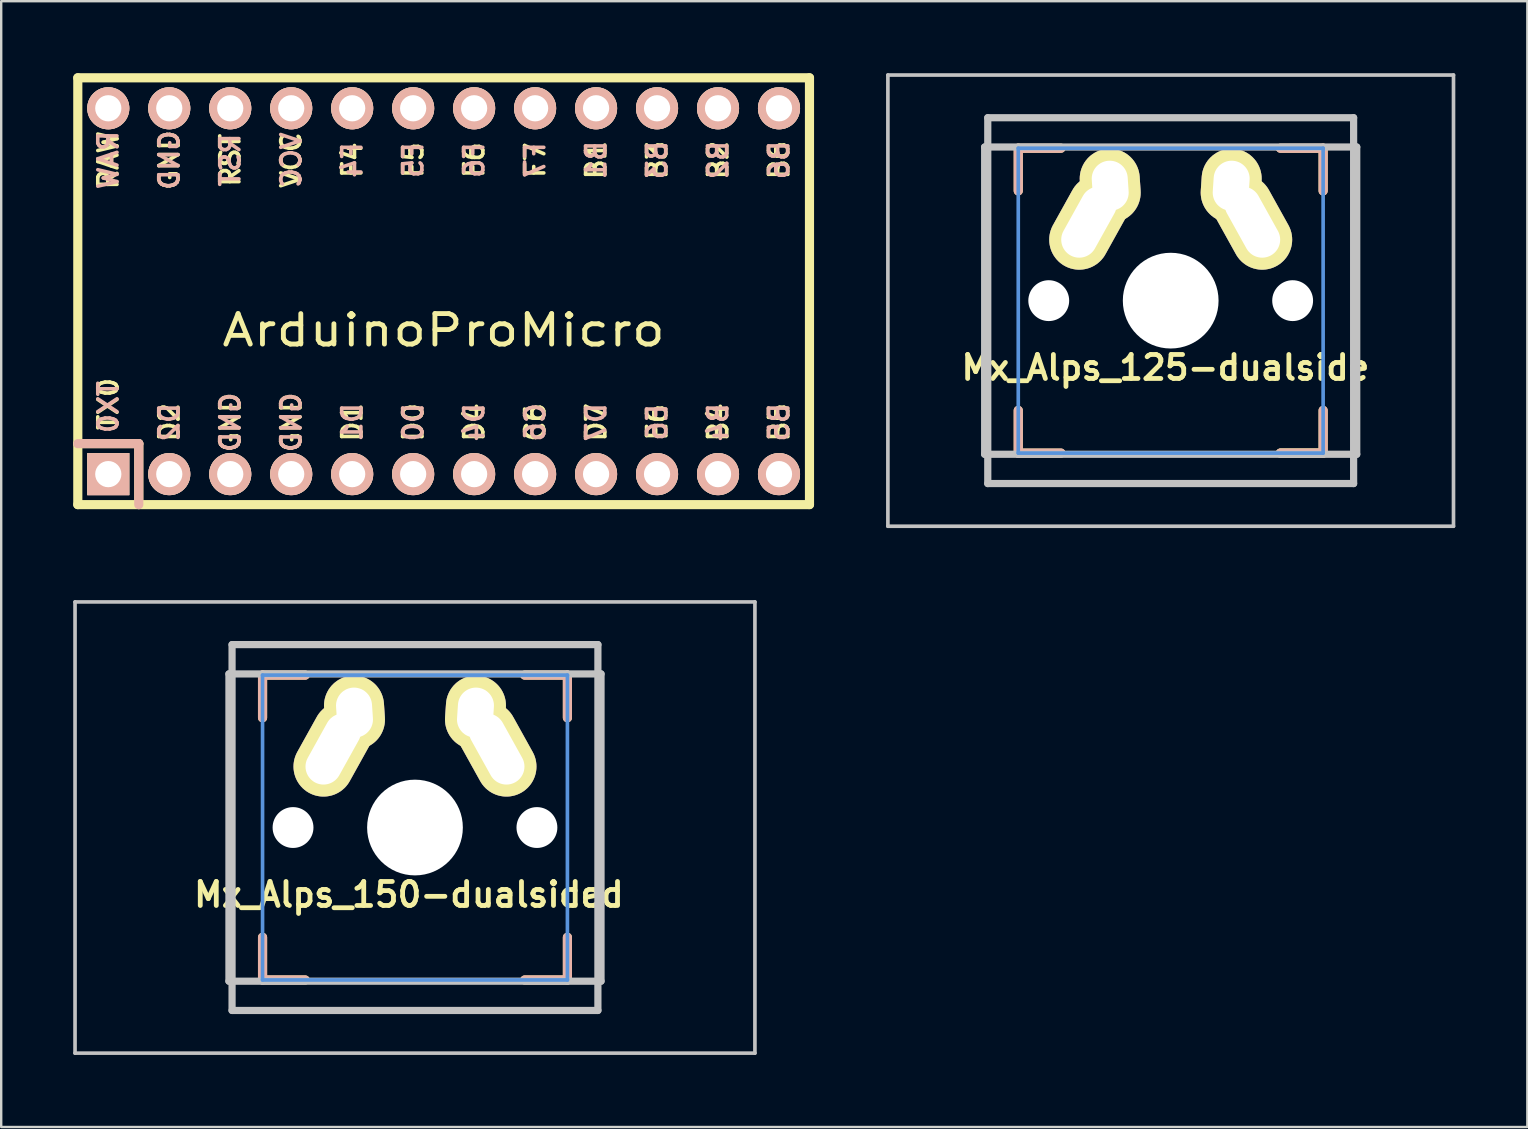
<source format=kicad_pcb>
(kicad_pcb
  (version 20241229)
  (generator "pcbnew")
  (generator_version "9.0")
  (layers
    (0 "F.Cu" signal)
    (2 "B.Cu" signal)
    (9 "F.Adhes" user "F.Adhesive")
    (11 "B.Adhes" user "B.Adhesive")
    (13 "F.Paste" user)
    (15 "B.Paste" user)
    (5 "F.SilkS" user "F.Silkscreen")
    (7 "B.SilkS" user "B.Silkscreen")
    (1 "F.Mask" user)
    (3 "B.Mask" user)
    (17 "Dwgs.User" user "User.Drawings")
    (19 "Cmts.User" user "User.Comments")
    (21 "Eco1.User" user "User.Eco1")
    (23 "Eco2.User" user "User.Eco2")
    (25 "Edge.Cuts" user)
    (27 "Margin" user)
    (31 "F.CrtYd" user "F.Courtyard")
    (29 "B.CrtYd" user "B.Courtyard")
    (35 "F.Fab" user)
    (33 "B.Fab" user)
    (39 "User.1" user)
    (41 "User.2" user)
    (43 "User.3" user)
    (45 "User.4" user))
  (footprint "Mx_Alps_125-dualside"
    (layer "F.Cu")
    (at 45.718 9.474)
    (property "Reference" "Mx_Alps_125-dualside" (at -0.22 2.79 0) (layer "F.SilkS") (effects (font (size 1 1) (thickness 0.2))))
    (attr through_hole)
    (fp_line (start -6.35 -6.35) (end -4.572 -6.35) (stroke (width 0.381) (type solid)) (layer "F.SilkS"))
    (fp_line (start -6.35 -4.572) (end -6.35 -6.35) (stroke (width 0.381) (type solid)) (layer "F.SilkS"))
    (fp_line (start -6.35 6.35) (end -6.35 4.572) (stroke (width 0.381) (type solid)) (layer "F.SilkS"))
    (fp_line (start -4.572 6.35) (end -6.35 6.35) (stroke (width 0.381) (type solid)) (layer "F.SilkS"))
    (fp_line (start 4.572 -6.35) (end 6.35 -6.35) (stroke (width 0.381) (type solid)) (layer "F.SilkS"))
    (fp_line (start 4.572 6.35) (end 6.35 6.35) (stroke (width 0.381) (type solid)) (layer "F.SilkS"))
    (fp_line (start 6.35 -6.35) (end 6.35 -4.572) (stroke (width 0.381) (type solid)) (layer "F.SilkS"))
    (fp_line (start 6.35 4.572) (end 6.35 6.35) (stroke (width 0.381) (type solid)) (layer "F.SilkS"))
    (fp_line (start 6.35 6.35) (end 4.572 6.35) (stroke (width 0.381) (type solid)) (layer "F.SilkS"))
    (fp_line (start -6.35 -6.35) (end -4.572 -6.35) (stroke (width 0.381) (type solid)) (layer "B.SilkS"))
    (fp_line (start -6.35 -4.572) (end -6.35 -6.35) (stroke (width 0.381) (type solid)) (layer "B.SilkS"))
    (fp_line (start -6.35 6.35) (end -6.35 4.572) (stroke (width 0.381) (type solid)) (layer "B.SilkS"))
    (fp_line (start -4.572 6.35) (end -6.35 6.35) (stroke (width 0.381) (type solid)) (layer "B.SilkS"))
    (fp_line (start 6.35 -6.35) (end 4.572 -6.35) (stroke (width 0.381) (type solid)) (layer "B.SilkS"))
    (fp_line (start 6.35 -4.572) (end 6.35 -6.35) (stroke (width 0.381) (type solid)) (layer "B.SilkS"))
    (fp_line (start 6.35 4.572) (end 6.35 6.35) (stroke (width 0.381) (type solid)) (layer "B.SilkS"))
    (fp_line (start 6.35 6.35) (end 4.572 6.35) (stroke (width 0.381) (type solid)) (layer "B.SilkS"))
    (fp_line (start -11.781 -9.398) (end 11.781 -9.398) (stroke (width 0.152) (type solid)) (layer "Dwgs.User"))
    (fp_line (start -11.781 9.398) (end -11.781 -9.398) (stroke (width 0.152) (type solid)) (layer "Dwgs.User"))
    (fp_line (start -7.75 6.4) (end -7.75 -6.4) (stroke (width 0.3) (type solid)) (layer "Dwgs.User"))
    (fp_line (start -7.75 6.4) (end 7.75 6.4) (stroke (width 0.3) (type solid)) (layer "Dwgs.User"))
    (fp_line (start -7.62 -7.62) (end 7.62 -7.62) (stroke (width 0.3) (type solid)) (layer "Dwgs.User"))
    (fp_line (start -7.62 7.62) (end -7.62 -7.62) (stroke (width 0.3) (type solid)) (layer "Dwgs.User"))
    (fp_line (start 7.62 -7.62) (end 7.62 7.62) (stroke (width 0.3) (type solid)) (layer "Dwgs.User"))
    (fp_line (start 7.62 7.62) (end -7.62 7.62) (stroke (width 0.3) (type solid)) (layer "Dwgs.User"))
    (fp_line (start 7.75 -6.4) (end -7.75 -6.4) (stroke (width 0.3) (type solid)) (layer "Dwgs.User"))
    (fp_line (start 7.75 6.4) (end 7.75 -6.4) (stroke (width 0.3) (type solid)) (layer "Dwgs.User"))
    (fp_line (start 11.781 -9.398) (end 11.781 9.398) (stroke (width 0.152) (type solid)) (layer "Dwgs.User"))
    (fp_line (start 11.781 9.398) (end -11.781 9.398) (stroke (width 0.152) (type solid)) (layer "Dwgs.User"))
    (fp_line (start -6.35 -6.35) (end 6.35 -6.35) (stroke (width 0.152) (type solid)) (layer "Cmts.User"))
    (fp_line (start -6.35 6.35) (end -6.35 -6.35) (stroke (width 0.152) (type solid)) (layer "Cmts.User"))
    (fp_line (start 6.35 6.35) (end -6.35 6.35) (stroke (width 0.152) (type solid)) (layer "Cmts.User"))
    (fp_line (start 6.35 6.35) (end 6.35 -6.35) (stroke (width 0.152) (type solid)) (layer "Cmts.User"))
    (fp_line (start -6.985 6.985) (end -6.985 -6.985) (stroke (width 0.152) (type solid)) (layer "Eco2.User"))
    (fp_line (start 6.985 -6.985) (end -6.985 -6.985) (stroke (width 0.152) (type solid)) (layer "Eco2.User"))
    (fp_line (start 6.985 -6.985) (end 6.985 6.985) (stroke (width 0.152) (type solid)) (layer "Eco2.User"))
    (fp_line (start 6.985 6.985) (end -6.985 6.985) (stroke (width 0.152) (type solid)) (layer "Eco2.User"))
    (fp_line (start 6.985 6.985) (end 6.985 -6.985) (stroke (width 0.152) (type solid)) (layer "Eco2.User"))
    (pad "" np_thru_hole circle (at -5.08 0) (size 1.702 1.702) (drill 1.702) (layers "*.Cu"))
    (pad "" np_thru_hole circle (at 0 0) (size 3.988 3.988) (drill 3.988) (layers "*.Cu"))
    (pad "" np_thru_hole circle (at 5.08 0) (size 1.702 1.702) (drill 1.702) (layers "*.Cu"))
    (pad "1" thru_hole oval (at -3.405 -3.27 330.95) (size 2.5 4.17) (drill oval 1.5 3.17) (layers "*.Cu" "*.Mask" "F.SilkS"))
    (pad "1" thru_hole oval (at -2.52 -4.79 3.9) (size 2.5 3.08) (drill oval 1.5 2.08) (layers "*.Cu" "*.Mask" "F.SilkS"))
    (pad "2" thru_hole oval (at 2.52 -4.79 356.1) (size 2.5 3.08) (drill oval 1.5 2.08) (layers "*.Cu" "*.Mask" "F.SilkS"))
    (pad "2" thru_hole oval (at 3.405 -3.27 29.05) (size 2.5 4.17) (drill oval 1.5 3.17) (layers "*.Cu" "*.Mask" "F.SilkS")))
  (footprint "Mx_Alps_150-dualsided"
    (layer "F.Cu")
    (at 14.237 31.423)
    (property "Reference" "Mx_Alps_150-dualsided" (at -0.254 2.794 0) (layer "F.SilkS") (effects (font (size 1 1) (thickness 0.2))))
    (attr through_hole)
    (fp_line (start -6.35 -6.35) (end -4.572 -6.35) (stroke (width 0.381) (type solid)) (layer "F.SilkS"))
    (fp_line (start -6.35 -4.572) (end -6.35 -6.35) (stroke (width 0.381) (type solid)) (layer "F.SilkS"))
    (fp_line (start -6.35 6.35) (end -6.35 4.572) (stroke (width 0.381) (type solid)) (layer "F.SilkS"))
    (fp_line (start -4.572 6.35) (end -6.35 6.35) (stroke (width 0.381) (type solid)) (layer "F.SilkS"))
    (fp_line (start 4.572 -6.35) (end 6.35 -6.35) (stroke (width 0.381) (type solid)) (layer "F.SilkS"))
    (fp_line (start 6.35 -6.35) (end 6.35 -4.572) (stroke (width 0.381) (type solid)) (layer "F.SilkS"))
    (fp_line (start 6.35 4.572) (end 6.35 6.35) (stroke (width 0.381) (type solid)) (layer "F.SilkS"))
    (fp_line (start 6.35 6.35) (end 4.572 6.35) (stroke (width 0.381) (type solid)) (layer "F.SilkS"))
    (fp_line (start -6.35 -6.35) (end -6.35 -4.572) (stroke (width 0.381) (type solid)) (layer "B.SilkS"))
    (fp_line (start -6.35 4.572) (end -6.35 6.35) (stroke (width 0.381) (type solid)) (layer "B.SilkS"))
    (fp_line (start -6.35 6.35) (end -4.572 6.35) (stroke (width 0.381) (type solid)) (layer "B.SilkS"))
    (fp_line (start -4.572 -6.35) (end -6.35 -6.35) (stroke (width 0.381) (type solid)) (layer "B.SilkS"))
    (fp_line (start 4.572 6.35) (end 6.35 6.35) (stroke (width 0.381) (type solid)) (layer "B.SilkS"))
    (fp_line (start 6.35 -6.35) (end 4.572 -6.35) (stroke (width 0.381) (type solid)) (layer "B.SilkS"))
    (fp_line (start 6.35 -4.572) (end 6.35 -6.35) (stroke (width 0.381) (type solid)) (layer "B.SilkS"))
    (fp_line (start 6.35 6.35) (end 6.35 4.572) (stroke (width 0.381) (type solid)) (layer "B.SilkS"))
    (fp_line (start -14.161 -9.398) (end 14.161 -9.398) (stroke (width 0.152) (type solid)) (layer "Dwgs.User"))
    (fp_line (start -14.161 9.398) (end -14.161 -9.398) (stroke (width 0.152) (type solid)) (layer "Dwgs.User"))
    (fp_line (start -7.75 6.4) (end -7.75 -6.4) (stroke (width 0.3) (type solid)) (layer "Dwgs.User"))
    (fp_line (start -7.75 6.4) (end 7.75 6.4) (stroke (width 0.3) (type solid)) (layer "Dwgs.User"))
    (fp_line (start -7.62 -7.62) (end 7.62 -7.62) (stroke (width 0.3) (type solid)) (layer "Dwgs.User"))
    (fp_line (start -7.62 7.62) (end -7.62 -7.62) (stroke (width 0.3) (type solid)) (layer "Dwgs.User"))
    (fp_line (start 7.62 -7.62) (end 7.62 7.62) (stroke (width 0.3) (type solid)) (layer "Dwgs.User"))
    (fp_line (start 7.62 7.62) (end -7.62 7.62) (stroke (width 0.3) (type solid)) (layer "Dwgs.User"))
    (fp_line (start 7.75 -6.4) (end -7.75 -6.4) (stroke (width 0.3) (type solid)) (layer "Dwgs.User"))
    (fp_line (start 7.75 6.4) (end 7.75 -6.4) (stroke (width 0.3) (type solid)) (layer "Dwgs.User"))
    (fp_line (start 14.161 -9.398) (end 14.161 9.398) (stroke (width 0.152) (type solid)) (layer "Dwgs.User"))
    (fp_line (start 14.161 9.398) (end -14.161 9.398) (stroke (width 0.152) (type solid)) (layer "Dwgs.User"))
    (fp_line (start -6.35 -6.35) (end 6.35 -6.35) (stroke (width 0.152) (type solid)) (layer "Cmts.User"))
    (fp_line (start -6.35 6.35) (end -6.35 -6.35) (stroke (width 0.152) (type solid)) (layer "Cmts.User"))
    (fp_line (start 6.35 -6.35) (end 6.35 6.35) (stroke (width 0.152) (type solid)) (layer "Cmts.User"))
    (fp_line (start 6.35 6.35) (end -6.35 6.35) (stroke (width 0.152) (type solid)) (layer "Cmts.User"))
    (fp_line (start -6.985 6.985) (end -6.985 -6.985) (stroke (width 0.152) (type solid)) (layer "Eco2.User"))
    (fp_line (start -6.985 -6.985) (end 6.985 -6.985) (stroke (width 0.152) (type solid)) (layer "Eco2.User"))
    (fp_line (start 6.985 6.985) (end -6.985 6.985) (stroke (width 0.152) (type solid)) (layer "Eco2.User"))
    (fp_line (start 6.985 -6.985) (end 6.985 6.985) (stroke (width 0.152) (type solid)) (layer "Eco2.User"))
    (pad "" np_thru_hole circle (at -5.08 0) (size 1.702 1.702) (drill 1.702) (layers "*.Cu"))
    (pad "" np_thru_hole circle (at 0 0) (size 3.988 3.988) (drill 3.988) (layers "*.Cu"))
    (pad "" np_thru_hole circle (at 5.08 0) (size 1.702 1.702) (drill 1.702) (layers "*.Cu"))
    (pad "1" thru_hole oval (at -3.405 -3.27 330.95) (size 2.5 4.17) (drill oval 1.5 3.17) (layers "*.Cu" "*.Mask" "F.SilkS"))
    (pad "1" thru_hole oval (at -2.52 -4.79 3.9) (size 2.5 3.08) (drill oval 1.5 2.08) (layers "*.Cu" "*.Mask" "F.SilkS"))
    (pad "2" thru_hole oval (at 2.52 -4.79 356.1) (size 2.5 3.08) (drill oval 1.5 2.08) (layers "*.Cu" "*.Mask" "F.SilkS"))
    (pad "2" thru_hole oval (at 3.405 -3.27 29.05) (size 2.5 4.17) (drill oval 1.5 3.17) (layers "*.Cu" "*.Mask" "F.SilkS")))
  (footprint "ArduinoProMicro"
    (layer "F.Cu")
    (at 15.431 9.081)
    (property "Reference" "ArduinoProMicro" (at 0 1.625 0) (layer "F.SilkS") (effects (font (size 1.27 1.524) (thickness 0.203))))
    (attr through_hole)
    (fp_line (start -15.24 -8.89) (end -15.24 8.89) (stroke (width 0.381) (type solid)) (layer "F.SilkS"))
    (fp_line (start -15.24 6.35) (end -12.7 6.35) (stroke (width 0.381) (type solid)) (layer "F.SilkS"))
    (fp_line (start -15.24 8.89) (end 15.24 8.89) (stroke (width 0.381) (type solid)) (layer "F.SilkS"))
    (fp_line (start -12.7 6.35) (end -12.7 8.89) (stroke (width 0.381) (type solid)) (layer "F.SilkS"))
    (fp_line (start 15.24 -8.89) (end -15.24 -8.89) (stroke (width 0.381) (type solid)) (layer "F.SilkS"))
    (fp_line (start 15.24 8.89) (end 15.24 -8.89) (stroke (width 0.381) (type solid)) (layer "F.SilkS"))
    (fp_line (start -15.24 6.35) (end -12.7 6.35) (stroke (width 0.381) (type solid)) (layer "B.SilkS"))
    (fp_line (start -12.7 6.35) (end -12.7 8.89) (stroke (width 0.381) (type solid)) (layer "B.SilkS"))
    (fp_text user "D0" (at -1.27 5.461 90) (layer "F.SilkS") (effects (font (size 0.8 0.8) (thickness 0.15))))
    (fp_text user "RST" (at -8.89 -5.461 90) (layer "F.SilkS") (effects (font (size 0.8 0.8) (thickness 0.15))))
    (fp_text user "B2" (at 11.43 -5.461 90) (layer "F.SilkS") (effects (font (size 0.8 0.8) (thickness 0.15))))
    (fp_text user "GND" (at -11.43 -5.461 90) (layer "F.SilkS") (effects (font (size 0.8 0.8) (thickness 0.15))))
    (fp_text user "B3" (at 8.89 -5.461 90) (layer "F.SilkS") (effects (font (size 0.8 0.8) (thickness 0.15))))
    (fp_text user "B6" (at 13.97 -5.461 90) (layer "F.SilkS") (effects (font (size 0.8 0.8) (thickness 0.15))))
    (fp_text user "GND" (at -8.89 5.461 90) (layer "F.SilkS") (effects (font (size 0.8 0.8) (thickness 0.15))))
    (fp_text user "D4" (at 1.27 5.461 90) (layer "F.SilkS") (effects (font (size 0.8 0.8) (thickness 0.15))))
    (fp_text user "B5" (at 13.97 5.461 90) (layer "F.SilkS") (effects (font (size 0.8 0.8) (thickness 0.15))))
    (fp_text user "GND" (at -6.35 5.461 90) (layer "F.SilkS") (effects (font (size 0.8 0.8) (thickness 0.15))))
    (fp_text user "TX0" (at -13.97 4.699 90) (layer "F.SilkS") (effects (font (size 0.8 0.8) (thickness 0.15))))
    (fp_text user "F5" (at -1.27 -5.461 90) (layer "F.SilkS") (effects (font (size 0.8 0.8) (thickness 0.15))))
    (fp_text user "VCC" (at -6.35 -5.461 90) (layer "F.SilkS") (effects (font (size 0.8 0.8) (thickness 0.15))))
    (fp_text user "D7" (at 6.35 5.461 90) (layer "F.SilkS") (effects (font (size 0.8 0.8) (thickness 0.15))))
    (fp_text user "RAW" (at -13.97 -5.461 90) (layer "F.SilkS") (effects (font (size 0.8 0.8) (thickness 0.15))))
    (fp_text user "B4" (at 11.43 5.461 90) (layer "F.SilkS") (effects (font (size 0.8 0.8) (thickness 0.15))))
    (fp_text user "B1" (at 6.35 -5.461 90) (layer "F.SilkS") (effects (font (size 0.8 0.8) (thickness 0.15))))
    (fp_text user "D2" (at -11.43 5.461 90) (layer "F.SilkS") (effects (font (size 0.8 0.8) (thickness 0.15))))
    (fp_text user "C6" (at 3.81 5.461 90) (layer "F.SilkS") (effects (font (size 0.8 0.8) (thickness 0.15))))
    (fp_text user "D1" (at -3.81 5.461 90) (layer "F.SilkS") (effects (font (size 0.8 0.8) (thickness 0.15))))
    (fp_text user "E6" (at 8.89 5.461 90) (layer "F.SilkS") (effects (font (size 0.8 0.8) (thickness 0.15))))
    (fp_text user "F7" (at 3.81 -5.461 90) (layer "F.SilkS") (effects (font (size 0.8 0.8) (thickness 0.15))))
    (fp_text user "F6" (at 1.27 -5.461 90) (layer "F.SilkS") (effects (font (size 0.8 0.8) (thickness 0.15))))
    (fp_text user "F4" (at -3.81 -5.461 90) (layer "F.SilkS") (effects (font (size 0.8 0.8) (thickness 0.15))))
    (fp_text user "B5" (at 13.97 5.461 90) (layer "B.SilkS") (effects (font (size 0.8 0.8) (thickness 0.15)) (justify mirror)))
    (fp_text user "GND" (at -8.89 5.461 90) (layer "B.SilkS") (effects (font (size 0.8 0.8) (thickness 0.15)) (justify mirror)))
    (fp_text user "B3" (at 8.89 -5.461 90) (layer "B.SilkS") (effects (font (size 0.8 0.8) (thickness 0.15)) (justify mirror)))
    (fp_text user "VCC" (at -6.35 -5.461 90) (layer "B.SilkS") (effects (font (size 0.8 0.8) (thickness 0.15)) (justify mirror)))
    (fp_text user "E6" (at 8.89 5.461 90) (layer "B.SilkS") (effects (font (size 0.8 0.8) (thickness 0.15)) (justify mirror)))
    (fp_text user "F6" (at 1.27 -5.461 90) (layer "B.SilkS") (effects (font (size 0.8 0.8) (thickness 0.15)) (justify mirror)))
    (fp_text user "GND" (at -11.43 -5.461 90) (layer "B.SilkS") (effects (font (size 0.8 0.8) (thickness 0.15)) (justify mirror)))
    (fp_text user "D2" (at -11.43 5.461 90) (layer "B.SilkS") (effects (font (size 0.8 0.8) (thickness 0.15)) (justify mirror)))
    (fp_text user "F7" (at 3.81 -5.461 90) (layer "B.SilkS") (effects (font (size 0.8 0.8) (thickness 0.15)) (justify mirror)))
    (fp_text user "D4" (at 1.27 5.461 90) (layer "B.SilkS") (effects (font (size 0.8 0.8) (thickness 0.15)) (justify mirror)))
    (fp_text user "B6" (at 13.97 -5.461 90) (layer "B.SilkS") (effects (font (size 0.8 0.8) (thickness 0.15)) (justify mirror)))
    (fp_text user "RST" (at -8.89 -5.461 90) (layer "B.SilkS") (effects (font (size 0.8 0.8) (thickness 0.15)) (justify mirror)))
    (fp_text user "GND" (at -6.35 5.461 90) (layer "B.SilkS") (effects (font (size 0.8 0.8) (thickness 0.15)) (justify mirror)))
    (fp_text user "B2" (at 11.43 -5.461 90) (layer "B.SilkS") (effects (font (size 0.8 0.8) (thickness 0.15)) (justify mirror)))
    (fp_text user "C6" (at 3.81 5.461 90) (layer "B.SilkS") (effects (font (size 0.8 0.8) (thickness 0.15)) (justify mirror)))
    (fp_text user "TX0" (at -13.97 4.826 90) (layer "B.SilkS") (effects (font (size 0.8 0.8) (thickness 0.15)) (justify mirror)))
    (fp_text user "RAW" (at -13.97 -5.461 90) (layer "B.SilkS") (effects (font (size 0.8 0.8) (thickness 0.15)) (justify mirror)))
    (fp_text user "B4" (at 11.43 5.461 90) (layer "B.SilkS") (effects (font (size 0.8 0.8) (thickness 0.15)) (justify mirror)))
    (fp_text user "D1" (at -3.81 5.461 90) (layer "B.SilkS") (effects (font (size 0.8 0.8) (thickness 0.15)) (justify mirror)))
    (fp_text user "D0" (at -1.27 5.461 90) (layer "B.SilkS") (effects (font (size 0.8 0.8) (thickness 0.15)) (justify mirror)))
    (fp_text user "F4" (at -3.81 -5.461 90) (layer "B.SilkS") (effects (font (size 0.8 0.8) (thickness 0.15)) (justify mirror)))
    (fp_text user "D7" (at 6.35 5.461 90) (layer "B.SilkS") (effects (font (size 0.8 0.8) (thickness 0.15)) (justify mirror)))
    (fp_text user "F5" (at -1.27 -5.461 90) (layer "B.SilkS") (effects (font (size 0.8 0.8) (thickness 0.15)) (justify mirror)))
    (fp_text user "B1" (at 6.35 -5.461 90) (layer "B.SilkS") (effects (font (size 0.8 0.8) (thickness 0.15)) (justify mirror)))
    (pad "1" thru_hole rect (at -13.97 7.62) (size 1.753 1.753) (drill 1.092) (layers "*.Cu" "*.SilkS" "*.Mask"))
    (pad "2" thru_hole circle (at -11.43 7.62) (size 1.753 1.753) (drill 1.092) (layers "*.Cu" "*.SilkS" "*.Mask"))
    (pad "3" thru_hole circle (at -8.89 7.62) (size 1.753 1.753) (drill 1.092) (layers "*.Cu" "*.SilkS" "*.Mask"))
    (pad "4" thru_hole circle (at -6.35 7.62) (size 1.753 1.753) (drill 1.092) (layers "*.Cu" "*.SilkS" "*.Mask"))
    (pad "5" thru_hole circle (at -3.81 7.62) (size 1.753 1.753) (drill 1.092) (layers "*.Cu" "*.SilkS" "*.Mask"))
    (pad "6" thru_hole circle (at -1.27 7.62) (size 1.753 1.753) (drill 1.092) (layers "*.Cu" "*.SilkS" "*.Mask"))
    (pad "7" thru_hole circle (at 1.27 7.62) (size 1.753 1.753) (drill 1.092) (layers "*.Cu" "*.SilkS" "*.Mask"))
    (pad "8" thru_hole circle (at 3.81 7.62) (size 1.753 1.753) (drill 1.092) (layers "*.Cu" "*.SilkS" "*.Mask"))
    (pad "9" thru_hole circle (at 6.35 7.62) (size 1.753 1.753) (drill 1.092) (layers "*.Cu" "*.SilkS" "*.Mask"))
    (pad "10" thru_hole circle (at 8.89 7.62) (size 1.753 1.753) (drill 1.092) (layers "*.Cu" "*.SilkS" "*.Mask"))
    (pad "11" thru_hole circle (at 11.43 7.62) (size 1.753 1.753) (drill 1.092) (layers "*.Cu" "*.SilkS" "*.Mask"))
    (pad "12" thru_hole circle (at 13.97 7.62) (size 1.753 1.753) (drill 1.092) (layers "*.Cu" "*.SilkS" "*.Mask"))
    (pad "13" thru_hole circle (at 13.97 -7.62) (size 1.753 1.753) (drill 1.092) (layers "*.Cu" "*.SilkS" "*.Mask"))
    (pad "14" thru_hole circle (at 11.43 -7.62) (size 1.753 1.753) (drill 1.092) (layers "*.Cu" "*.SilkS" "*.Mask"))
    (pad "15" thru_hole circle (at 8.89 -7.62) (size 1.753 1.753) (drill 1.092) (layers "*.Cu" "*.SilkS" "*.Mask"))
    (pad "16" thru_hole circle (at 6.35 -7.62) (size 1.753 1.753) (drill 1.092) (layers "*.Cu" "*.SilkS" "*.Mask"))
    (pad "17" thru_hole circle (at 3.81 -7.62) (size 1.753 1.753) (drill 1.092) (layers "*.Cu" "*.SilkS" "*.Mask"))
    (pad "18" thru_hole circle (at 1.27 -7.62) (size 1.753 1.753) (drill 1.092) (layers "*.Cu" "*.SilkS" "*.Mask"))
    (pad "19" thru_hole circle (at -1.27 -7.62) (size 1.753 1.753) (drill 1.092) (layers "*.Cu" "*.SilkS" "*.Mask"))
    (pad "20" thru_hole circle (at -3.81 -7.62) (size 1.753 1.753) (drill 1.092) (layers "*.Cu" "*.SilkS" "*.Mask"))
    (pad "21" thru_hole circle (at -6.35 -7.62) (size 1.753 1.753) (drill 1.092) (layers "*.Cu" "*.SilkS" "*.Mask"))
    (pad "22" thru_hole circle (at -8.89 -7.62) (size 1.753 1.753) (drill 1.092) (layers "*.Cu" "*.SilkS" "*.Mask"))
    (pad "23" thru_hole circle (at -11.43 -7.62) (size 1.753 1.753) (drill 1.092) (layers "*.Cu" "*.SilkS" "*.Mask"))
    (pad "24" thru_hole circle (at -13.97 -7.62) (size 1.753 1.753) (drill 1.092) (layers "*.Cu" "*.SilkS" "*.Mask")))
  (gr_rect
    (start -3 -3)
    (end 60.575 43.897)
    (stroke (width 0.1) (type default))
    (fill no)
    (layer "Edge.Cuts")))
</source>
